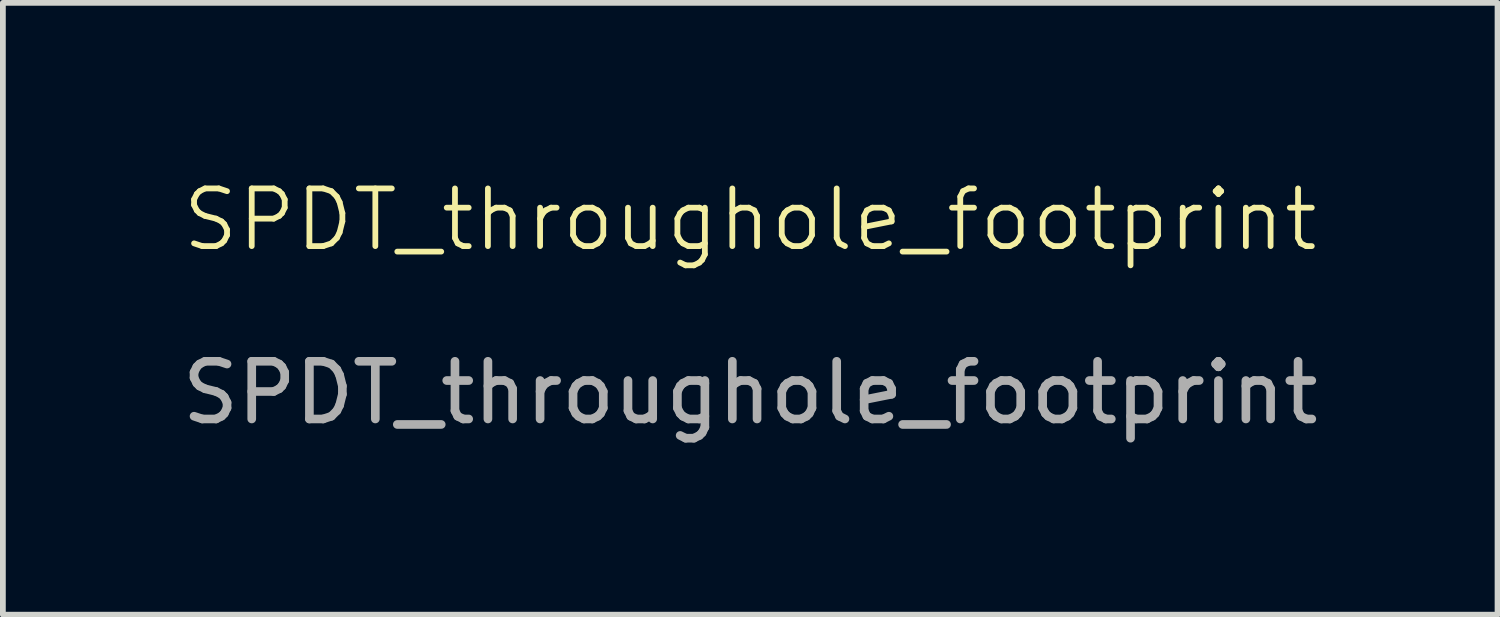
<source format=kicad_pcb>
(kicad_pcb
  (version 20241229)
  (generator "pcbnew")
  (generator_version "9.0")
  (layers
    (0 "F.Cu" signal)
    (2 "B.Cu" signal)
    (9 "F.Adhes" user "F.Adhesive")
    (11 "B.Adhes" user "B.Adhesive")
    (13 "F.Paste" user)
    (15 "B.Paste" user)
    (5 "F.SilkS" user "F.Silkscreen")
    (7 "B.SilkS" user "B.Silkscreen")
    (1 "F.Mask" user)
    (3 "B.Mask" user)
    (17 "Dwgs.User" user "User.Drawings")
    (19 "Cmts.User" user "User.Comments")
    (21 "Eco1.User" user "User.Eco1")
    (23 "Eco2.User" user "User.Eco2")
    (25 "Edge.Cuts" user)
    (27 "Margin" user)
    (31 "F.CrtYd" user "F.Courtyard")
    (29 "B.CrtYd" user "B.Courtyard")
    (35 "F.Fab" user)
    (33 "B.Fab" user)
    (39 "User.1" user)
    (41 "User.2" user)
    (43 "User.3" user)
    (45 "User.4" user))
  (footprint "SPDT_throughole_footprint"
    (layer "F.Cu")
    (at 9.958 1.26)
    (property "Reference" "SPDT_throughole_footprint" (at 0 -0.5 0) (unlocked yes) (layer "F.SilkS") (effects (font (size 1 1) (thickness 0.1))))
    (attr smd)
    (fp_text user "${REFERENCE}" (at 0 2.5 0) (unlocked yes) (layer "F.Fab") (effects (font (size 1 1) (thickness 0.15)))))
  (gr_rect
    (start -3 -3)
    (end 22.917 7.609)
    (stroke (width 0.1) (type default))
    (fill no)
    (layer "Edge.Cuts")))
</source>
